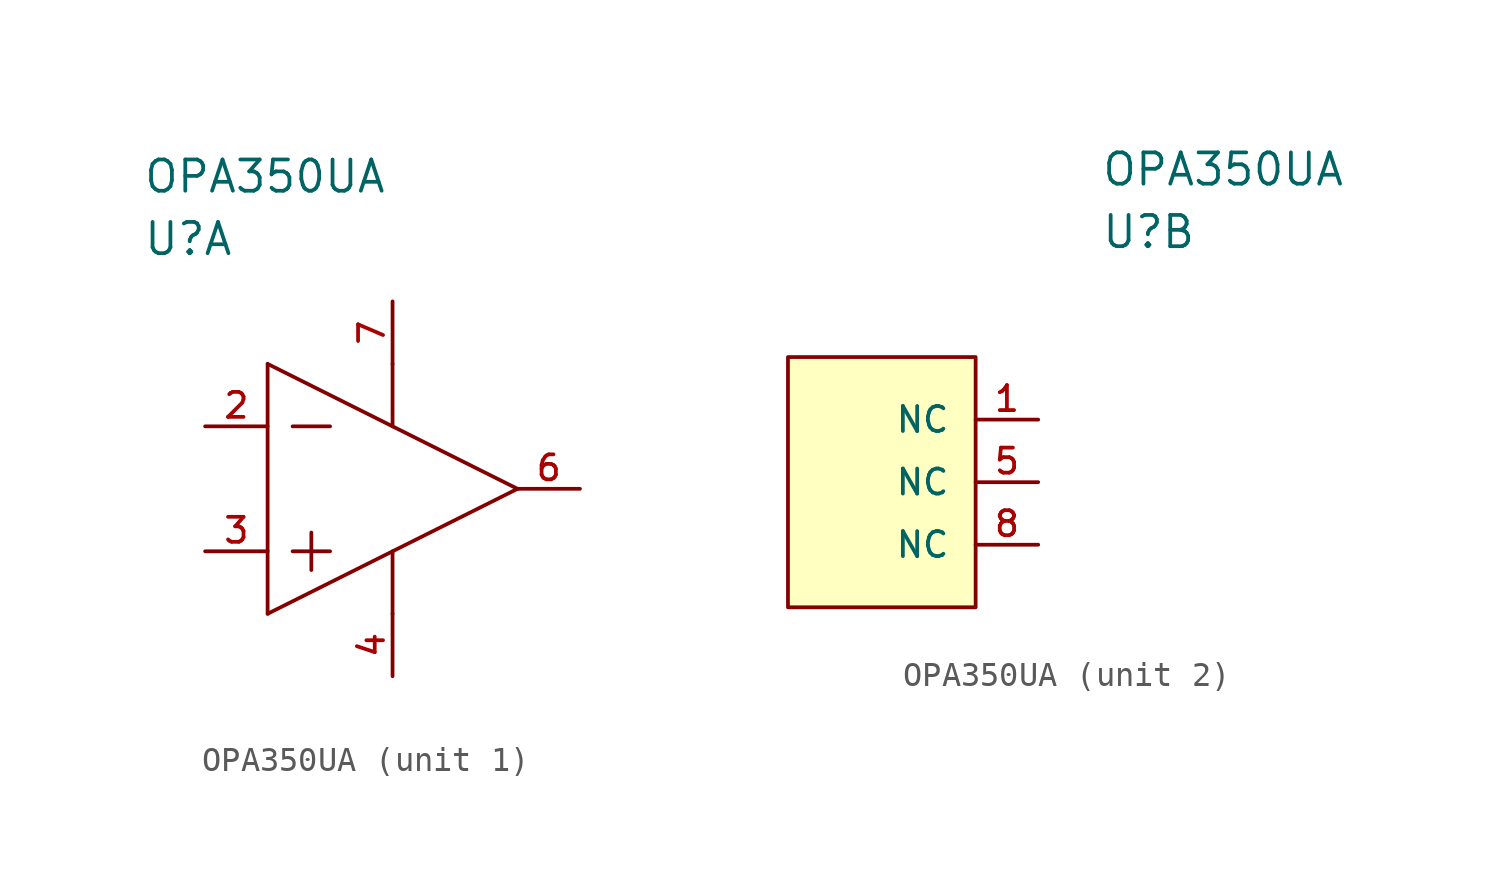
<source format=kicad_sym>
(kicad_symbol_lib
  (version 20211014)
  (generator kicad_symbol_editor)
  (symbol "OPA350UA"
    (pin_names
      (offset 1.016))
    (property "Reference" "U"
      (at 0 7.62 0)
      (effects (font (size 1.27 1.27)) (justify left)))
    (property "Value" "OPA350UA"
      (at 0 10.16 0)
      (effects (font (size 1.27 1.27)) (justify left)))
    (property "ki_locked" ""
      (at 0 0 0)
      (effects (font (size 1.27 1.27))))
    (symbol "OPA350UA_1_1"
      (polyline (pts (xy 5.08 -7.62) (xy 15.24 -2.54)) (stroke (width 0) (type default) (color 0 0 0 0)) (fill (type none)))
      (polyline (pts (xy 5.08 2.54) (xy 5.08 -7.62)) (stroke (width 0) (type default) (color 0 0 0 0)) (fill (type none)))
      (polyline (pts (xy 5.08 2.54) (xy 15.24 -2.54)) (stroke (width 0) (type default) (color 0 0 0 0)) (fill (type none)))
      (polyline (pts (xy 6.096 -5.08) (xy 7.62 -5.08)) (stroke (width 0) (type default) (color 0 0 0 0)) (fill (type none)))
      (polyline (pts (xy 6.096 0) (xy 7.62 0)) (stroke (width 0) (type default) (color 0 0 0 0)) (fill (type none)))
      (polyline (pts (xy 6.858 -4.318) (xy 6.858 -5.842)) (stroke (width 0) (type default) (color 0 0 0 0)) (fill (type none)))
      (polyline (pts (xy 10.16 -5.08) (xy 10.16 -7.62)) (stroke (width 0) (type default) (color 0 0 0 0)) (fill (type none)))
      (polyline (pts (xy 10.16 2.54) (xy 10.16 0)) (stroke (width 0) (type default) (color 0 0 0 0)) (fill (type none)))
      (pin input line (at 2.54 0 0) (length 2.54) (name "IN-" (effects (font (size 0 0)))) (number "2" (effects (font (size 1.016 1.016)))))
      (pin input line (at 2.54 -5.08 0) (length 2.54) (name "IN+" (effects (font (size 0 0)))) (number "3" (effects (font (size 1.016 1.016)))))
      (pin power_in line (at 10.16 -10.16 90) (length 2.54) (name "V-" (effects (font (size 0 0)))) (number "4" (effects (font (size 1.016 1.016)))))
      (pin output line (at 17.78 -2.54 180) (length 2.54) (name "OUT" (effects (font (size 0 0)))) (number "6" (effects (font (size 1.016 1.016)))))
      (pin power_in line (at 10.16 5.08 270) (length 2.54) (name "V+" (effects (font (size 0 0)))) (number "7" (effects (font (size 1.016 1.016))))))
    (symbol "OPA350UA_2_1"
      (rectangle (start -12.7 2.54) (end -5.08 -7.62) (stroke (width 0) (type default) (color 0 0 0 0)) (fill (type background)))
      (pin passive line (at -2.54 0 180) (length 2.54) (name "NC" (effects (font (size 1.016 1.016)))) (number "1" (effects (font (size 1.016 1.016)))))
      (pin passive line (at -2.54 -2.54 180) (length 2.54) (name "NC" (effects (font (size 1.016 1.016)))) (number "5" (effects (font (size 1.016 1.016)))))
      (pin passive line (at -2.54 -5.08 180) (length 2.54) (name "NC" (effects (font (size 1.016 1.016)))) (number "8" (effects (font (size 1.016 1.016))))))))
</source>
